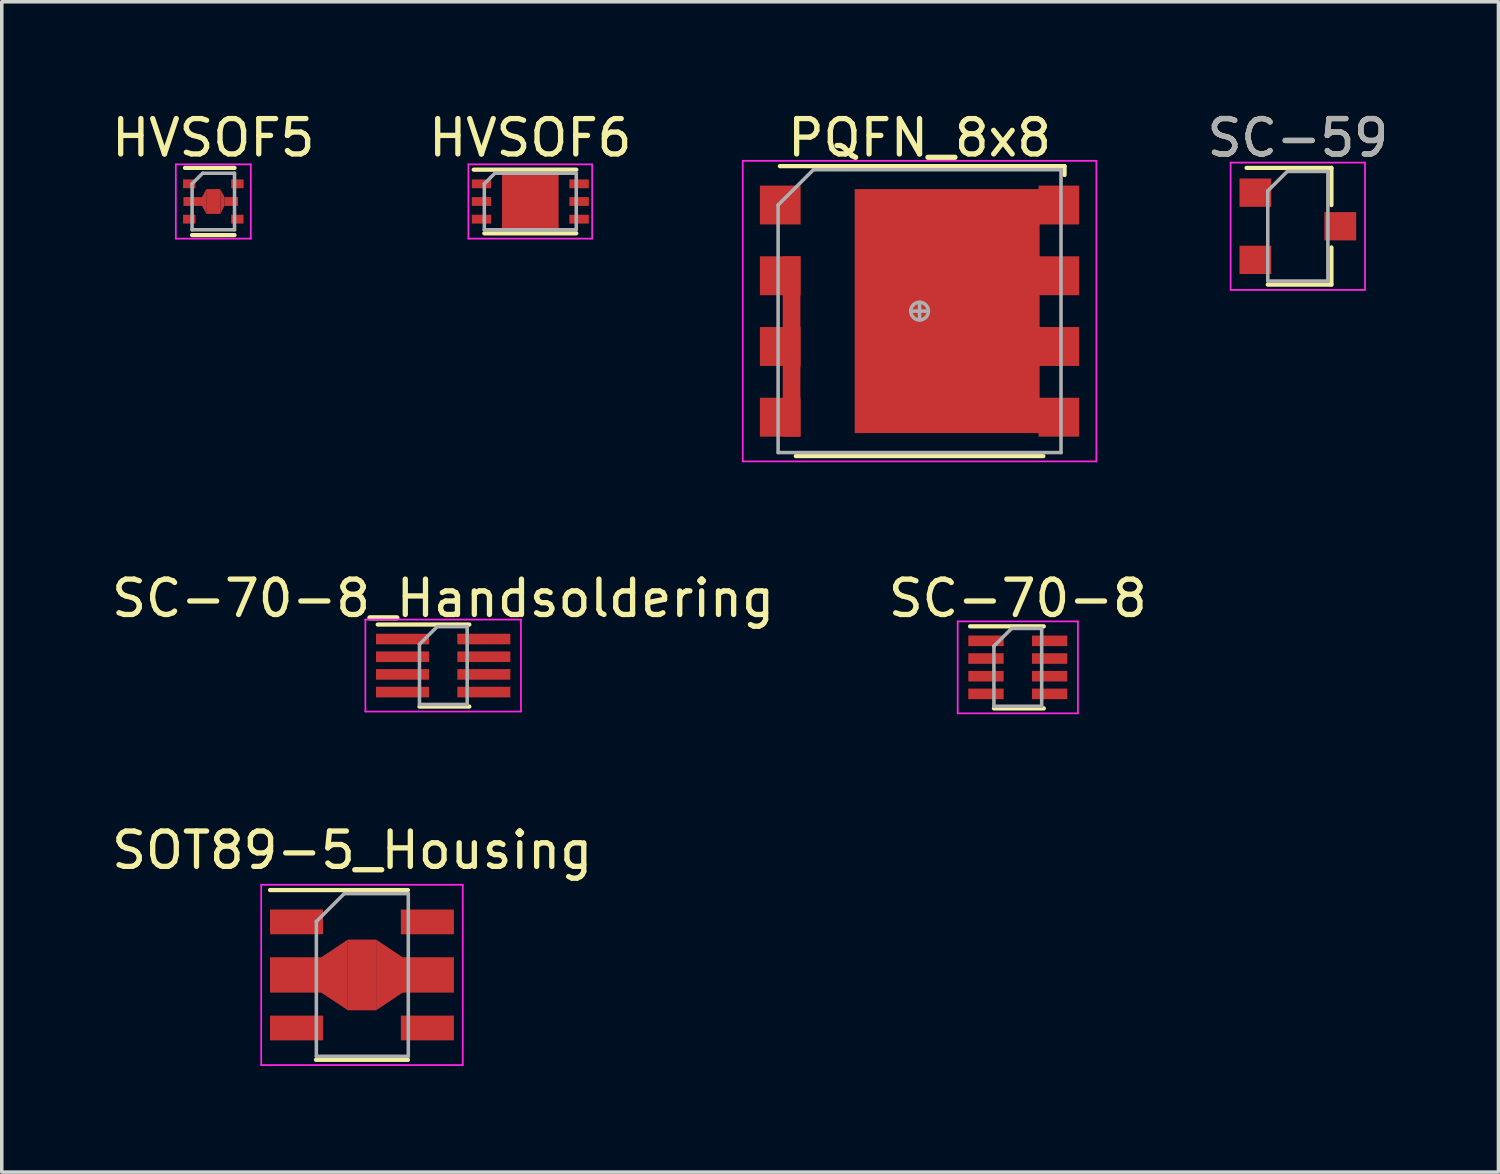
<source format=kicad_pcb>
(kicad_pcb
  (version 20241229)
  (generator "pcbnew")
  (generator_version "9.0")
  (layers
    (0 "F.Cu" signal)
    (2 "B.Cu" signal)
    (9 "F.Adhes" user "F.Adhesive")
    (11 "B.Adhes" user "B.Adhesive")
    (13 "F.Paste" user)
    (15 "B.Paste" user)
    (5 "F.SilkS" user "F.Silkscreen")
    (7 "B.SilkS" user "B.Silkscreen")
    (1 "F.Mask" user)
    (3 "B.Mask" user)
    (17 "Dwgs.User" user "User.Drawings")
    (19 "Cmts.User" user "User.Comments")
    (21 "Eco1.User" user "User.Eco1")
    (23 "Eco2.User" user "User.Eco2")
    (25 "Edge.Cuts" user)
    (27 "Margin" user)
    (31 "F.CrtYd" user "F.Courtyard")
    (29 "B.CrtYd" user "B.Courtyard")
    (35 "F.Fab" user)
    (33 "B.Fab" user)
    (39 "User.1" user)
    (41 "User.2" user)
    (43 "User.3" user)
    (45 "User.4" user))
  (footprint "SC-59"
    (layer "F.Cu")
    (at 33.651 3.348)
    (property "Reference" "SC-59" (at 0 -2.5 0) (layer "F.SilkS") (effects (font (size 1 1) (thickness 0.15))))
    (attr smd)
    (fp_line (start -1.45 -1.65) (end 0.95 -1.65) (stroke (width 0.12) (type solid)) (layer "F.SilkS"))
    (fp_line (start -0.85 1.65) (end 0.95 1.65) (stroke (width 0.12) (type solid)) (layer "F.SilkS"))
    (fp_line (start 0.95 -1.65) (end 0.95 -0.6) (stroke (width 0.12) (type solid)) (layer "F.SilkS"))
    (fp_line (start 0.95 1.65) (end 0.95 0.6) (stroke (width 0.12) (type solid)) (layer "F.SilkS"))
    (fp_line (start -1.9 -1.8) (end -1.9 1.8) (stroke (width 0.05) (type solid)) (layer "F.CrtYd"))
    (fp_line (start -1.9 -1.8) (end 1.9 -1.8) (stroke (width 0.05) (type solid)) (layer "F.CrtYd"))
    (fp_line (start 1.9 1.8) (end -1.9 1.8) (stroke (width 0.05) (type solid)) (layer "F.CrtYd"))
    (fp_line (start 1.9 1.8) (end 1.9 -1.8) (stroke (width 0.05) (type solid)) (layer "F.CrtYd"))
    (fp_line (start -0.85 1.55) (end -0.85 -1) (stroke (width 0.1) (type solid)) (layer "F.Fab"))
    (fp_line (start -0.85 1.55) (end 0.85 1.55) (stroke (width 0.1) (type solid)) (layer "F.Fab"))
    (fp_line (start -0.3 -1.55) (end -0.85 -1) (stroke (width 0.1) (type solid)) (layer "F.Fab"))
    (fp_line (start -0.3 -1.55) (end 0.85 -1.55) (stroke (width 0.1) (type solid)) (layer "F.Fab"))
    (fp_line (start 0.85 -1.52) (end 0.85 1.52) (stroke (width 0.1) (type solid)) (layer "F.Fab"))
    (fp_text user "${REFERENCE}" (at 0 -2.5 0) (layer "F.Fab") (effects (font (size 1 1) (thickness 0.15))))
    (pad "1" smd rect (at -1.2 -0.95) (size 0.9 0.8) (layers "F.Cu" "F.Mask" "F.Paste"))
    (pad "2" smd rect (at -1.2 0.95) (size 0.9 0.8) (layers "F.Cu" "F.Mask" "F.Paste"))
    (pad "3" smd rect (at 1.2 0) (size 0.9 0.8) (layers "F.Cu" "F.Mask" "F.Paste")))
  (footprint "SOT89-5_Housing"
    (layer "F.Cu")
    (at 7.186 24.52)
    (property "Reference" "SOT89-5_Housing" (at -0.275 -3.525 0) (layer "F.SilkS") (effects (font (size 1 1) (thickness 0.15))))
    (attr smd)
    (fp_line (start -2.6 -2.4) (end 1.3 -2.4) (stroke (width 0.12) (type solid)) (layer "F.SilkS"))
    (fp_line (start 1.3 2.4) (end -1.3 2.4) (stroke (width 0.12) (type solid)) (layer "F.SilkS"))
    (fp_line (start -2.85 2.55) (end -2.85 -2.55) (stroke (width 0.05) (type solid)) (layer "F.CrtYd"))
    (fp_line (start -2.85 2.55) (end 2.85 2.55) (stroke (width 0.05) (type solid)) (layer "F.CrtYd"))
    (fp_line (start 2.85 -2.55) (end -2.85 -2.55) (stroke (width 0.05) (type solid)) (layer "F.CrtYd"))
    (fp_line (start 2.85 -2.55) (end 2.85 2.55) (stroke (width 0.05) (type solid)) (layer "F.CrtYd"))
    (fp_line (start -1.29 -1.51) (end -0.5 -2.3) (stroke (width 0.1) (type solid)) (layer "F.Fab"))
    (fp_line (start -1.29 2.3) (end -1.29 -1.51) (stroke (width 0.1) (type solid)) (layer "F.Fab"))
    (fp_line (start -0.5 -2.3) (end 1.31 -2.3) (stroke (width 0.1) (type solid)) (layer "F.Fab"))
    (fp_line (start 1.31 -2.3) (end 1.31 2.3) (stroke (width 0.1) (type solid)) (layer "F.Fab"))
    (fp_line (start 1.31 2.3) (end -1.29 2.3) (stroke (width 0.1) (type solid)) (layer "F.Fab"))
    (pad "1" smd rect (at -1.85 -1.5 270) (size 0.7 1.5) (layers "F.Cu" "F.Mask" "F.Paste"))
    (pad "2" smd rect (at -1.85 0 270) (size 1 1.5) (layers "F.Cu" "F.Mask" "F.Paste"))
    (pad "2" smd trapezoid (at -0.775 0 90) (size 1.5 0.75) (rect_delta 0 0.5) (layers "F.Cu" "F.Mask" "F.Paste"))
    (pad "2" smd rect (at 0 0 270) (size 2 0.8) (layers "F.Cu" "F.Mask" "F.Paste"))
    (pad "2" smd trapezoid (at 0.775 0 270) (size 1.5 0.75) (rect_delta 0 0.5) (layers "F.Cu" "F.Mask" "F.Paste"))
    (pad "2" smd rect (at 1.85 0 270) (size 1 1.5) (layers "F.Cu" "F.Mask" "F.Paste"))
    (pad "3" smd rect (at -1.85 1.5 270) (size 0.7 1.5) (layers "F.Cu" "F.Mask" "F.Paste"))
    (pad "4" smd rect (at 1.85 1.5 270) (size 0.7 1.5) (layers "F.Cu" "F.Mask" "F.Paste"))
    (pad "5" smd rect (at 1.85 -1.5 270) (size 0.7 1.5) (layers "F.Cu" "F.Mask" "F.Paste")))
  (footprint "HVSOF6"
    (layer "F.Cu")
    (at 11.946 2.648)
    (property "Reference" "HVSOF6" (at 0 -1.8 0) (layer "F.SilkS") (effects (font (size 1 1) (thickness 0.15))))
    (attr smd)
    (fp_line (start -1.6 -0.9) (end 1.3 -0.9) (stroke (width 0.12) (type solid)) (layer "F.SilkS"))
    (fp_line (start -1.3 0.9) (end 1.3 0.9) (stroke (width 0.12) (type solid)) (layer "F.SilkS"))
    (fp_line (start -1.75 -1.05) (end -1.75 1.05) (stroke (width 0.05) (type solid)) (layer "F.CrtYd"))
    (fp_line (start -1.75 -1.05) (end 1.75 -1.05) (stroke (width 0.05) (type solid)) (layer "F.CrtYd"))
    (fp_line (start 1.75 1.05) (end -1.75 1.05) (stroke (width 0.05) (type solid)) (layer "F.CrtYd"))
    (fp_line (start 1.75 1.05) (end 1.75 -1.05) (stroke (width 0.05) (type solid)) (layer "F.CrtYd"))
    (fp_line (start -1.3 -0.5) (end -1.3 0.8) (stroke (width 0.1) (type solid)) (layer "F.Fab"))
    (fp_line (start -1.3 -0.5) (end -1 -0.8) (stroke (width 0.1) (type solid)) (layer "F.Fab"))
    (fp_line (start -1 -0.8) (end 1.3 -0.8) (stroke (width 0.1) (type solid)) (layer "F.Fab"))
    (fp_line (start 1.3 -0.8) (end 1.3 0.8) (stroke (width 0.1) (type solid)) (layer "F.Fab"))
    (fp_line (start 1.3 0.8) (end -1.3 0.8) (stroke (width 0.1) (type solid)) (layer "F.Fab"))
    (pad "1" smd rect (at -1.38 -0.5 270) (size 0.25 0.55) (layers "F.Cu" "F.Mask" "F.Paste"))
    (pad "2" smd rect (at -1.38 0 270) (size 0.25 0.55) (layers "F.Cu" "F.Mask" "F.Paste"))
    (pad "3" smd rect (at -1.38 0.5 270) (size 0.25 0.55) (layers "F.Cu" "F.Mask" "F.Paste"))
    (pad "4" smd rect (at 1.38 0.5 270) (size 0.25 0.55) (layers "F.Cu" "F.Mask" "F.Paste"))
    (pad "5" smd rect (at 1.38 0 270) (size 0.25 0.55) (layers "F.Cu" "F.Mask" "F.Paste"))
    (pad "6" smd rect (at 1.38 -0.5 270) (size 0.25 0.55) (layers "F.Cu" "F.Mask" "F.Paste"))
    (pad "7" smd rect (at 0 0) (size 1.6 1.6) (layers "F.Cu" "F.Mask" "F.Paste")))
  (footprint "HVSOF5"
    (layer "F.Cu")
    (at 2.982 2.648)
    (property "Reference" "HVSOF5" (at 0 -1.8 0) (layer "F.SilkS") (effects (font (size 1 1) (thickness 0.15))))
    (attr smd)
    (fp_line (start -0.8 -0.95) (end 0.6 -0.95) (stroke (width 0.12) (type solid)) (layer "F.SilkS"))
    (fp_line (start -0.6 0.95) (end 0.6 0.95) (stroke (width 0.12) (type solid)) (layer "F.SilkS"))
    (fp_line (start -1.06 -1.05) (end -1.06 1.05) (stroke (width 0.05) (type solid)) (layer "F.CrtYd"))
    (fp_line (start -1.06 -1.05) (end 1.06 -1.05) (stroke (width 0.05) (type solid)) (layer "F.CrtYd"))
    (fp_line (start 1.06 1.05) (end -1.06 1.05) (stroke (width 0.05) (type solid)) (layer "F.CrtYd"))
    (fp_line (start 1.06 1.05) (end 1.06 -1.05) (stroke (width 0.05) (type solid)) (layer "F.CrtYd"))
    (fp_line (start -0.6 -0.5) (end -0.6 0.8) (stroke (width 0.1) (type solid)) (layer "F.Fab"))
    (fp_line (start -0.6 -0.5) (end -0.3 -0.8) (stroke (width 0.1) (type solid)) (layer "F.Fab"))
    (fp_line (start 0.6 -0.8) (end -0.3 -0.8) (stroke (width 0.1) (type solid)) (layer "F.Fab"))
    (fp_line (start 0.6 -0.8) (end 0.6 0.8) (stroke (width 0.1) (type solid)) (layer "F.Fab"))
    (fp_line (start 0.6 0.8) (end -0.6 0.8) (stroke (width 0.1) (type solid)) (layer "F.Fab"))
    (pad "1" smd rect (at -0.68 -0.5 270) (size 0.25 0.35) (layers "F.Cu" "F.Mask" "F.Paste"))
    (pad "2" smd rect (at -0.58 0 270) (size 0.25 0.53) (layers "F.Cu" "F.Mask" "F.Paste"))
    (pad "2" smd trapezoid (at -0.26 0 270) (size 0.47 0.12) (rect_delta 0 -0.23) (layers "F.Cu" "F.Mask" "F.Paste"))
    (pad "2" smd rect (at 0 0 270) (size 0.7 0.4) (layers "F.Cu" "F.Mask" "F.Paste"))
    (pad "2" smd trapezoid (at 0.26 0 270) (size 0.47 0.12) (rect_delta 0 0.23) (layers "F.Cu" "F.Mask" "F.Paste"))
    (pad "2" smd rect (at 0.51 0 270) (size 0.25 0.38) (layers "F.Cu" "F.Mask" "F.Paste"))
    (pad "3" smd rect (at -0.68 0.5 270) (size 0.25 0.35) (layers "F.Cu" "F.Mask" "F.Paste"))
    (pad "4" smd rect (at 0.68 0.5 270) (size 0.25 0.35) (layers "F.Cu" "F.Mask" "F.Paste"))
    (pad "5" smd rect (at 0.68 -0.5 270) (size 0.25 0.35) (layers "F.Cu" "F.Mask" "F.Paste")))
  (footprint "SC-70-8"
    (layer "F.Cu")
    (at 25.732 15.822)
    (property "Reference" "SC-70-8" (at 0 -1.95 0) (layer "F.SilkS") (effects (font (size 1 1) (thickness 0.15))))
    (attr smd)
    (fp_line (start -0.675 1.16) (end 0.735 1.16) (stroke (width 0.12) (type solid)) (layer "F.SilkS"))
    (fp_line (start 0.735 -1.16) (end -1.35 -1.16) (stroke (width 0.12) (type solid)) (layer "F.SilkS"))
    (fp_line (start -1.7 -1.3) (end 1.7 -1.3) (stroke (width 0.05) (type solid)) (layer "F.CrtYd"))
    (fp_line (start -1.7 1.3) (end -1.7 -1.3) (stroke (width 0.05) (type solid)) (layer "F.CrtYd"))
    (fp_line (start 1.7 -1.3) (end 1.7 1.3) (stroke (width 0.05) (type solid)) (layer "F.CrtYd"))
    (fp_line (start 1.7 1.3) (end -1.7 1.3) (stroke (width 0.05) (type solid)) (layer "F.CrtYd"))
    (fp_line (start -0.675 -0.6) (end -0.675 1.1) (stroke (width 0.1) (type solid)) (layer "F.Fab"))
    (fp_line (start -0.175 -1.1) (end -0.675 -0.6) (stroke (width 0.1) (type solid)) (layer "F.Fab"))
    (fp_line (start 0.675 -1.1) (end -0.175 -1.1) (stroke (width 0.1) (type solid)) (layer "F.Fab"))
    (fp_line (start 0.675 -1.1) (end 0.675 1.1) (stroke (width 0.1) (type solid)) (layer "F.Fab"))
    (fp_line (start 0.675 1.1) (end -0.675 1.1) (stroke (width 0.1) (type solid)) (layer "F.Fab"))
    (pad "1" smd rect (at -0.9 -0.75 270) (size 0.3 1) (layers "F.Cu" "F.Mask" "F.Paste"))
    (pad "2" smd rect (at -0.9 -0.25 270) (size 0.3 1) (layers "F.Cu" "F.Mask" "F.Paste"))
    (pad "3" smd rect (at -0.9 0.25 270) (size 0.3 1) (layers "F.Cu" "F.Mask" "F.Paste"))
    (pad "4" smd rect (at -0.9 0.75 270) (size 0.3 1) (layers "F.Cu" "F.Mask" "F.Paste"))
    (pad "5" smd rect (at 0.9 0.75 270) (size 0.3 1) (layers "F.Cu" "F.Mask" "F.Paste"))
    (pad "6" smd rect (at 0.9 0.25 270) (size 0.3 1) (layers "F.Cu" "F.Mask" "F.Paste"))
    (pad "7" smd rect (at 0.9 -0.25 270) (size 0.3 1) (layers "F.Cu" "F.Mask" "F.Paste"))
    (pad "8" smd rect (at 0.9 -0.75 270) (size 0.3 1) (layers "F.Cu" "F.Mask" "F.Paste")))
  (footprint "SC-70-8_Handsoldering"
    (layer "F.Cu")
    (at 9.482 15.771)
    (property "Reference" "SC-70-8_Handsoldering" (at 0 -1.9 0) (layer "F.SilkS") (effects (font (size 1 1) (thickness 0.15))))
    (attr smd)
    (fp_line (start -0.67 1.16) (end 0.74 1.16) (stroke (width 0.12) (type solid)) (layer "F.SilkS"))
    (fp_line (start 0.74 -1.16) (end -1.85 -1.16) (stroke (width 0.12) (type solid)) (layer "F.SilkS"))
    (fp_line (start -2.2 -1.3) (end 2.2 -1.3) (stroke (width 0.05) (type solid)) (layer "F.CrtYd"))
    (fp_line (start -2.2 1.3) (end -2.2 -1.3) (stroke (width 0.05) (type solid)) (layer "F.CrtYd"))
    (fp_line (start 2.2 -1.3) (end 2.2 1.3) (stroke (width 0.05) (type solid)) (layer "F.CrtYd"))
    (fp_line (start 2.2 1.3) (end -2.2 1.3) (stroke (width 0.05) (type solid)) (layer "F.CrtYd"))
    (fp_line (start -0.67 -0.6) (end -0.67 1.1) (stroke (width 0.1) (type solid)) (layer "F.Fab"))
    (fp_line (start -0.17 -1.1) (end -0.67 -0.6) (stroke (width 0.1) (type solid)) (layer "F.Fab"))
    (fp_line (start 0.68 -1.1) (end -0.17 -1.1) (stroke (width 0.1) (type solid)) (layer "F.Fab"))
    (fp_line (start 0.68 -1.1) (end 0.68 1.1) (stroke (width 0.1) (type solid)) (layer "F.Fab"))
    (fp_line (start 0.68 1.1) (end -0.67 1.1) (stroke (width 0.1) (type solid)) (layer "F.Fab"))
    (pad "1" smd rect (at -1.15 -0.75 270) (size 0.3 1.5) (layers "F.Cu" "F.Mask" "F.Paste"))
    (pad "2" smd rect (at -1.15 -0.25 270) (size 0.3 1.5) (layers "F.Cu" "F.Mask" "F.Paste"))
    (pad "3" smd rect (at -1.15 0.25 270) (size 0.3 1.5) (layers "F.Cu" "F.Mask" "F.Paste"))
    (pad "4" smd rect (at -1.15 0.75 270) (size 0.3 1.5) (layers "F.Cu" "F.Mask" "F.Paste"))
    (pad "5" smd rect (at 1.15 0.75 270) (size 0.3 1.5) (layers "F.Cu" "F.Mask" "F.Paste"))
    (pad "6" smd rect (at 1.15 0.25 270) (size 0.3 1.5) (layers "F.Cu" "F.Mask" "F.Paste"))
    (pad "7" smd rect (at 1.15 -0.25 270) (size 0.3 1.5) (layers "F.Cu" "F.Mask" "F.Paste"))
    (pad "8" smd rect (at 1.15 -0.75 270) (size 0.3 1.5) (layers "F.Cu" "F.Mask" "F.Paste")))
  (footprint "PQFN_8x8"
    (layer "F.Cu")
    (at 22.954 5.748)
    (property "Reference" "PQFN_8x8" (at 0 -4.9 0) (layer "F.SilkS") (effects (font (size 1 1) (thickness 0.15))))
    (attr smd)
    (fp_line (start 3.5 4.1) (end -3.5 4.1) (stroke (width 0.12) (type solid)) (layer "F.SilkS"))
    (fp_line (start 4.1 -4.1) (end -3.95 -4.1) (stroke (width 0.12) (type solid)) (layer "F.SilkS"))
    (fp_line (start 4.1 -3.85) (end 4.1 -4.1) (stroke (width 0.12) (type solid)) (layer "F.SilkS"))
    (fp_line (start -5 -4.25) (end 5 -4.25) (stroke (width 0.05) (type solid)) (layer "F.CrtYd"))
    (fp_line (start -5 4.25) (end -5 -4.25) (stroke (width 0.05) (type solid)) (layer "F.CrtYd"))
    (fp_line (start 5 -4.25) (end 5 4.25) (stroke (width 0.05) (type solid)) (layer "F.CrtYd"))
    (fp_line (start 5 4.25) (end -5 4.25) (stroke (width 0.05) (type solid)) (layer "F.CrtYd"))
    (fp_line (start -4 4) (end -4 -3) (stroke (width 0.1) (type solid)) (layer "F.Fab"))
    (fp_line (start -3 -4) (end -4 -3) (stroke (width 0.1) (type solid)) (layer "F.Fab"))
    (fp_line (start -3 -4) (end 4 -4) (stroke (width 0.1) (type solid)) (layer "F.Fab"))
    (fp_line (start 0 0.25) (end 0 -0.25) (stroke (width 0.1) (type solid)) (layer "F.Fab"))
    (fp_line (start 0.25 0) (end -0.25 0) (stroke (width 0.1) (type solid)) (layer "F.Fab"))
    (fp_line (start 4 -4) (end 4 4) (stroke (width 0.1) (type solid)) (layer "F.Fab"))
    (fp_line (start 4 4) (end -4 4) (stroke (width 0.1) (type solid)) (layer "F.Fab"))
    (fp_circle (center 0 0) (end 0 0.25) (stroke (width 0.1) (type solid)) (fill no) (layer "F.Fab"))
    (pad "1" smd rect (at -3.94 -3 270) (size 1.1 1.15) (layers "F.Cu" "F.Mask" "F.Paste"))
    (pad "2" smd rect (at -3.94 -1 270) (size 1.1 1.15) (layers "F.Cu" "F.Mask" "F.Paste"))
    (pad "2" smd rect (at -3.94 1 270) (size 1.1 1.15) (layers "F.Cu" "F.Mask" "F.Paste"))
    (pad "2" smd rect (at -3.94 3 270) (size 1.1 1.15) (layers "F.Cu" "F.Mask" "F.Paste"))
    (pad "2" smd rect (at -3.62 1 270) (size 5.1 0.5) (layers "F.Cu" "F.Mask" "F.Paste"))
    (pad "3" smd rect (at -0.5 -2.25 270) (size 1.5 1.5) (layers "F.Cu" "F.Mask" "F.Paste"))
    (pad "3" smd rect (at -0.5 0 270) (size 1.5 1.5) (layers "F.Cu" "F.Mask" "F.Paste"))
    (pad "3" smd rect (at -0.5 2.25 270) (size 1.5 1.5) (layers "F.Cu" "F.Mask" "F.Paste"))
    (pad "3" smd rect (at 0.78 0 270) (size 6.9 5.23) (layers "F.Cu" "F.Mask"))
    (pad "3" smd rect (at 2 -2.25 270) (size 1.5 1.5) (layers "F.Cu" "F.Mask" "F.Paste"))
    (pad "3" smd rect (at 2 0 270) (size 1.5 1.5) (layers "F.Cu" "F.Mask" "F.Paste"))
    (pad "3" smd rect (at 2 2.25 270) (size 1.5 1.5) (layers "F.Cu" "F.Mask" "F.Paste"))
    (pad "3" smd rect (at 3.94 -3 270) (size 1.1 1.15) (layers "F.Cu" "F.Mask" "F.Paste"))
    (pad "3" smd rect (at 3.94 -1 270) (size 1.1 1.15) (layers "F.Cu" "F.Mask" "F.Paste"))
    (pad "3" smd rect (at 3.94 1 270) (size 1.1 1.15) (layers "F.Cu" "F.Mask" "F.Paste"))
    (pad "3" smd rect (at 3.94 3 270) (size 1.1 1.15) (layers "F.Cu" "F.Mask" "F.Paste")))
  (gr_rect
    (start -3 -3)
    (end 39.324 30.095)
    (stroke (width 0.1) (type default))
    (fill no)
    (layer "Edge.Cuts")))
</source>
